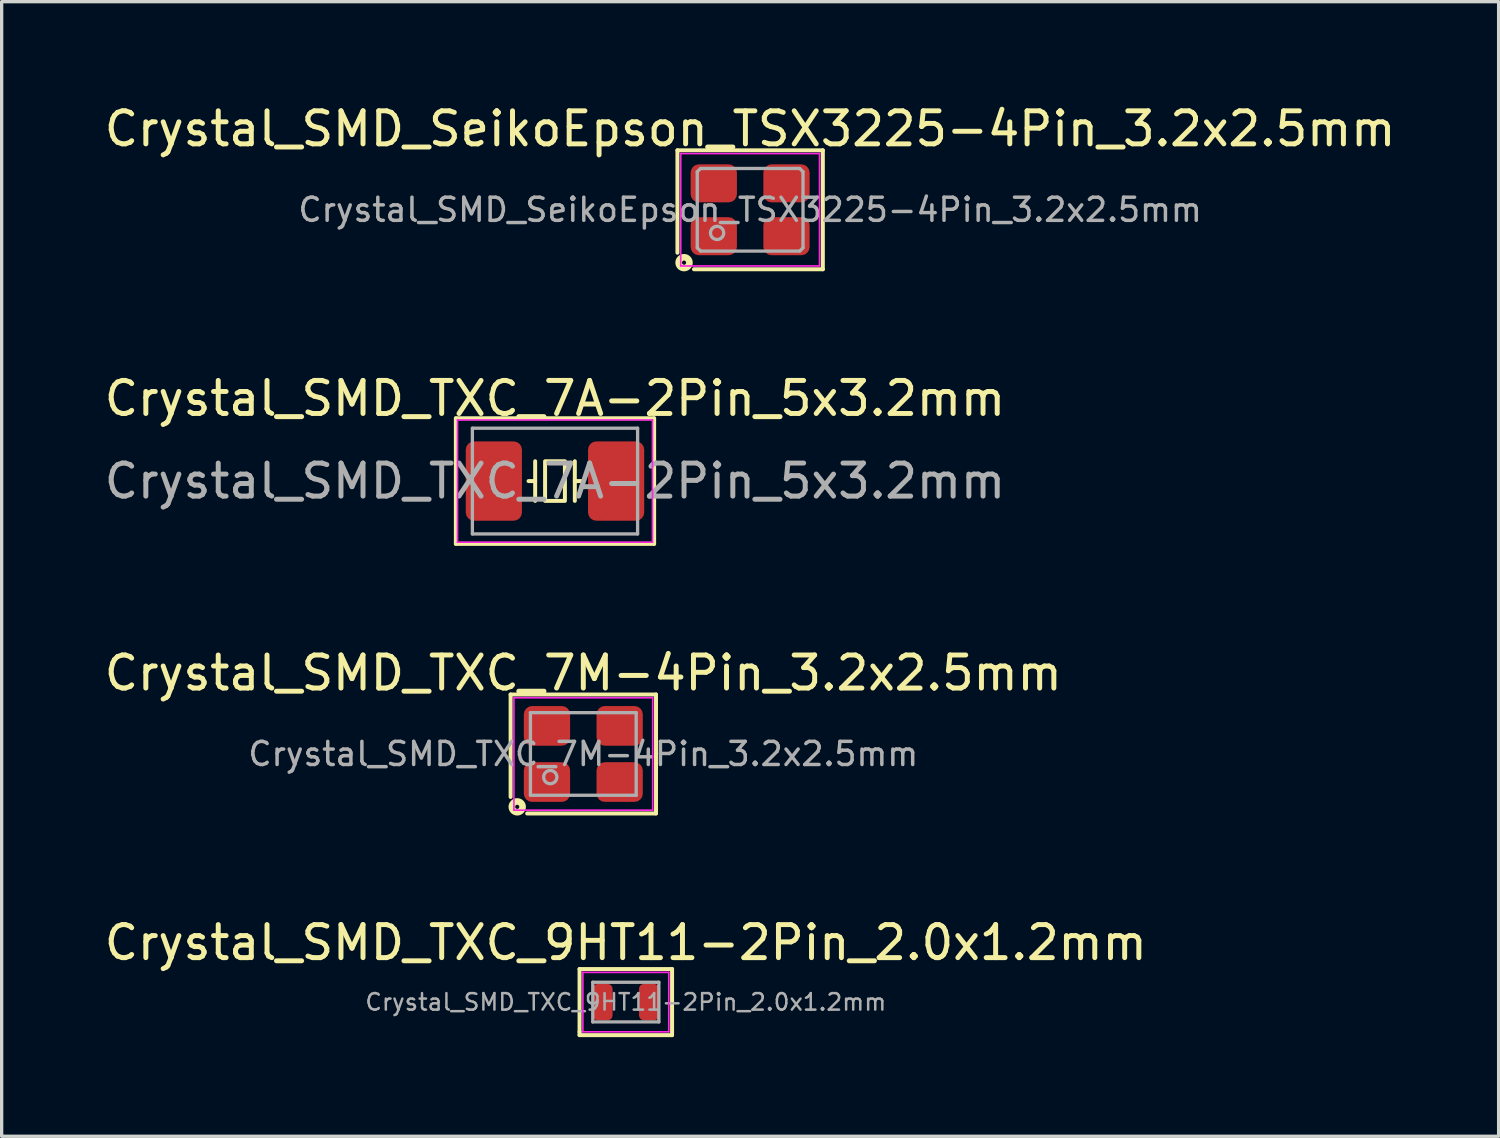
<source format=kicad_pcb>
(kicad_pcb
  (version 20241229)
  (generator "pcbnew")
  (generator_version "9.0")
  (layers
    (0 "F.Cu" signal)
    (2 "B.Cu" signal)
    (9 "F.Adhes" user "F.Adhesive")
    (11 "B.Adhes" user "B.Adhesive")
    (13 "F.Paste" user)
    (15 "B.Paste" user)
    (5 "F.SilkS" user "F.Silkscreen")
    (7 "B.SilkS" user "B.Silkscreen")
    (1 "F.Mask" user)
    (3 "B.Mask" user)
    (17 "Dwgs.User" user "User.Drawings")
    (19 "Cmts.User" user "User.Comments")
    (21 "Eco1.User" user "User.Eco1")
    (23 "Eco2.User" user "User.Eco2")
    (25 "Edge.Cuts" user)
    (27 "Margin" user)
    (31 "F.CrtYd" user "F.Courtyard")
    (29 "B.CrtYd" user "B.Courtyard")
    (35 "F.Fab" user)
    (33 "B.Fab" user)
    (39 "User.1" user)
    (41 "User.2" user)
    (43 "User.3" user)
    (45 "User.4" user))
  (footprint "Crystal_SMD_TXC_7M-4Pin_3.2x2.5mm"
    (layer "F.Cu")
    (at 14.601 19.765)
    (property "Reference" "Crystal_SMD_TXC_7M-4Pin_3.2x2.5mm" (at 0 -2.45 0) (layer "F.SilkS") (effects (font (size 1 1) (thickness 0.15))))
    (attr smd)
    (fp_line (start -2.2 -1.8) (end -2.2 1.3) (stroke (width 0.12) (type solid)) (layer "F.SilkS"))
    (fp_line (start -2.2 -1.8) (end 2.2 -1.8) (stroke (width 0.12) (type solid)) (layer "F.SilkS"))
    (fp_line (start 2.2 -1.8) (end 2.2 1.8) (stroke (width 0.12) (type solid)) (layer "F.SilkS"))
    (fp_line (start 2.2 1.8) (end -1.7 1.8) (stroke (width 0.12) (type solid)) (layer "F.SilkS"))
    (fp_circle (center -2 1.6) (end -1.937 1.6) (stroke (width 0.2) (type solid)) (fill no) (layer "F.SilkS"))
    (fp_line (start -2.1 -1.7) (end -2.1 1.7) (stroke (width 0.05) (type solid)) (layer "F.CrtYd"))
    (fp_line (start -2.1 1.7) (end 2.1 1.7) (stroke (width 0.05) (type solid)) (layer "F.CrtYd"))
    (fp_line (start 2.1 -1.7) (end -2.1 -1.7) (stroke (width 0.05) (type solid)) (layer "F.CrtYd"))
    (fp_line (start 2.1 1.7) (end 2.1 -1.7) (stroke (width 0.05) (type solid)) (layer "F.CrtYd"))
    (fp_line (start -1.6 -1.25) (end -1.6 1.25) (stroke (width 0.1) (type solid)) (layer "F.Fab"))
    (fp_line (start -1.6 1.25) (end 1.6 1.25) (stroke (width 0.1) (type solid)) (layer "F.Fab"))
    (fp_line (start 1.6 -1.25) (end -1.6 -1.25) (stroke (width 0.1) (type solid)) (layer "F.Fab"))
    (fp_line (start 1.6 1.25) (end 1.6 -1.25) (stroke (width 0.1) (type solid)) (layer "F.Fab"))
    (fp_circle (center -1 0.7) (end -0.8 0.7) (stroke (width 0.1) (type solid)) (fill no) (layer "F.Fab"))
    (fp_text user "${REFERENCE}" (at 0 0 0) (layer "F.Fab") (effects (font (size 0.7 0.7) (thickness 0.105))))
    (pad "1" smd roundrect (at -1.1 0.85) (size 1.4 1.2) (layers "F.Cu" "F.Mask" "F.Paste") (roundrect_rratio 0.208))
    (pad "2" smd roundrect (at 1.1 0.85) (size 1.4 1.2) (layers "F.Cu" "F.Mask" "F.Paste") (roundrect_rratio 0.208))
    (pad "3" smd roundrect (at 1.1 -0.85) (size 1.4 1.2) (layers "F.Cu" "F.Mask" "F.Paste") (roundrect_rratio 0.208))
    (pad "4" smd roundrect (at -1.1 -0.85) (size 1.4 1.2) (layers "F.Cu" "F.Mask" "F.Paste") (roundrect_rratio 0.208)))
  (footprint "Crystal_SMD_SeikoEpson_TSX3225-4Pin_3.2x2.5mm"
    (layer "F.Cu")
    (at 19.649 3.298)
    (property "Reference" "Crystal_SMD_SeikoEpson_TSX3225-4Pin_3.2x2.5mm" (at 0 -2.45 0) (layer "F.SilkS") (effects (font (size 1 1) (thickness 0.15))))
    (attr smd)
    (fp_line (start -2.2 -1.8) (end -2.2 1.3) (stroke (width 0.12) (type solid)) (layer "F.SilkS"))
    (fp_line (start -2.2 -1.8) (end 2.2 -1.8) (stroke (width 0.12) (type solid)) (layer "F.SilkS"))
    (fp_line (start 2.2 -1.8) (end 2.2 1.8) (stroke (width 0.12) (type solid)) (layer "F.SilkS"))
    (fp_line (start 2.2 1.8) (end -1.7 1.8) (stroke (width 0.12) (type solid)) (layer "F.SilkS"))
    (fp_circle (center -2 1.6) (end -1.937 1.6) (stroke (width 0.2) (type solid)) (fill no) (layer "F.SilkS"))
    (fp_line (start -2.1 -1.7) (end -2.1 1.7) (stroke (width 0.05) (type solid)) (layer "F.CrtYd"))
    (fp_line (start -2.1 1.7) (end 2.1 1.7) (stroke (width 0.05) (type solid)) (layer "F.CrtYd"))
    (fp_line (start 2.1 -1.7) (end -2.1 -1.7) (stroke (width 0.05) (type solid)) (layer "F.CrtYd"))
    (fp_line (start 2.1 1.7) (end 2.1 -1.7) (stroke (width 0.05) (type solid)) (layer "F.CrtYd"))
    (fp_line (start -1.6 -1.15) (end -1.5 -1.25) (stroke (width 0.1) (type solid)) (layer "F.Fab"))
    (fp_line (start -1.6 1.15) (end -1.6 -1.15) (stroke (width 0.1) (type solid)) (layer "F.Fab"))
    (fp_line (start -1.5 -1.25) (end 1.5 -1.25) (stroke (width 0.1) (type solid)) (layer "F.Fab"))
    (fp_line (start -1.5 1.25) (end -1.6 1.15) (stroke (width 0.1) (type solid)) (layer "F.Fab"))
    (fp_line (start 1.5 -1.25) (end 1.6 -1.15) (stroke (width 0.1) (type solid)) (layer "F.Fab"))
    (fp_line (start 1.5 1.25) (end -1.5 1.25) (stroke (width 0.1) (type solid)) (layer "F.Fab"))
    (fp_line (start 1.6 -1.15) (end 1.6 1.15) (stroke (width 0.1) (type solid)) (layer "F.Fab"))
    (fp_line (start 1.6 1.15) (end 1.5 1.25) (stroke (width 0.1) (type solid)) (layer "F.Fab"))
    (fp_circle (center -1 0.7) (end -0.8 0.7) (stroke (width 0.1) (type solid)) (fill no) (layer "F.Fab"))
    (fp_text user "${REFERENCE}" (at 0 0 0) (layer "F.Fab") (effects (font (size 0.7 0.7) (thickness 0.105))))
    (pad "1" smd roundrect (at -1.1 0.8) (size 1.4 1.15) (layers "F.Cu" "F.Mask" "F.Paste") (roundrect_rratio 0.217))
    (pad "2" smd roundrect (at 1.1 0.8) (size 1.4 1.15) (layers "F.Cu" "F.Mask" "F.Paste") (roundrect_rratio 0.217))
    (pad "3" smd roundrect (at 1.1 -0.8) (size 1.4 1.15) (layers "F.Cu" "F.Mask" "F.Paste") (roundrect_rratio 0.217))
    (pad "4" smd roundrect (at -1.1 -0.8) (size 1.4 1.15) (layers "F.Cu" "F.Mask" "F.Paste") (roundrect_rratio 0.217)))
  (footprint "Crystal_SMD_TXC_7A-2Pin_5x3.2mm"
    (layer "F.Cu")
    (at 13.744 11.507)
    (property "Reference" "Crystal_SMD_TXC_7A-2Pin_5x3.2mm" (at 0 -2.5 0) (layer "F.SilkS") (effects (font (size 1 1) (thickness 0.15))))
    (attr smd)
    (fp_line (start -3 -1.9) (end -3 1.9) (stroke (width 0.12) (type solid)) (layer "F.SilkS"))
    (fp_line (start -3 1.9) (end 3 1.9) (stroke (width 0.12) (type solid)) (layer "F.SilkS"))
    (fp_line (start -0.6 -0.6) (end -0.6 0.6) (stroke (width 0.12) (type solid)) (layer "F.SilkS"))
    (fp_line (start -0.6 0) (end -0.8 0) (stroke (width 0.12) (type solid)) (layer "F.SilkS"))
    (fp_line (start 0.6 -0.6) (end 0.6 0.6) (stroke (width 0.12) (type solid)) (layer "F.SilkS"))
    (fp_line (start 0.6 0) (end 0.8 0) (stroke (width 0.12) (type solid)) (layer "F.SilkS"))
    (fp_line (start 3 -1.9) (end -3 -1.9) (stroke (width 0.12) (type solid)) (layer "F.SilkS"))
    (fp_line (start 3 1.9) (end 3 -1.9) (stroke (width 0.12) (type solid)) (layer "F.SilkS"))
    (fp_rect (start -0.3 -0.6) (end 0.3 0.6) (stroke (width 0.12) (type solid)) (fill no) (layer "F.SilkS"))
    (fp_line (start -2.95 -1.85) (end -2.95 1.85) (stroke (width 0.05) (type solid)) (layer "F.CrtYd"))
    (fp_line (start -2.95 -1.85) (end 2.95 -1.85) (stroke (width 0.05) (type solid)) (layer "F.CrtYd"))
    (fp_line (start 2.95 -1.85) (end 2.95 1.85) (stroke (width 0.05) (type solid)) (layer "F.CrtYd"))
    (fp_line (start 2.95 1.85) (end -2.95 1.85) (stroke (width 0.05) (type solid)) (layer "F.CrtYd"))
    (fp_line (start -2.5 -1.6) (end -2.5 1.6) (stroke (width 0.1) (type solid)) (layer "F.Fab"))
    (fp_line (start -2.5 -1.6) (end 2.5 -1.6) (stroke (width 0.1) (type solid)) (layer "F.Fab"))
    (fp_line (start -2.5 1.6) (end 2.5 1.6) (stroke (width 0.1) (type solid)) (layer "F.Fab"))
    (fp_line (start 2.5 -1.6) (end 2.5 1.6) (stroke (width 0.1) (type solid)) (layer "F.Fab"))
    (fp_text user "${REFERENCE}" (at 0 0 0) (layer "F.Fab") (effects (font (size 1 1) (thickness 0.15))))
    (pad "1" smd roundrect (at -1.85 0) (size 1.7 2.4) (layers "F.Cu" "F.Mask" "F.Paste") (roundrect_rratio 0.147))
    (pad "2" smd roundrect (at 1.85 0) (size 1.7 2.4) (layers "F.Cu" "F.Mask" "F.Paste") (roundrect_rratio 0.147)))
  (footprint "Crystal_SMD_TXC_9HT11-2Pin_2.0x1.2mm"
    (layer "F.Cu")
    (at 15.887 27.273)
    (property "Reference" "Crystal_SMD_TXC_9HT11-2Pin_2.0x1.2mm" (at 0 -1.8 0) (layer "F.SilkS") (effects (font (size 1 1) (thickness 0.15))))
    (attr smd)
    (fp_line (start -1.4 -1) (end -1.4 0.9) (stroke (width 0.12) (type solid)) (layer "F.SilkS"))
    (fp_line (start -1.4 0.9) (end -1.4 1) (stroke (width 0.12) (type solid)) (layer "F.SilkS"))
    (fp_line (start -1.4 1) (end 1.4 1) (stroke (width 0.12) (type solid)) (layer "F.SilkS"))
    (fp_line (start 1.4 -1) (end -1.4 -1) (stroke (width 0.12) (type solid)) (layer "F.SilkS"))
    (fp_line (start 1.4 1) (end 1.4 -1) (stroke (width 0.12) (type solid)) (layer "F.SilkS"))
    (fp_line (start -1.3 -0.9) (end -1.3 0.9) (stroke (width 0.05) (type solid)) (layer "F.CrtYd"))
    (fp_line (start -1.3 0.9) (end 1.3 0.9) (stroke (width 0.05) (type solid)) (layer "F.CrtYd"))
    (fp_line (start 1.3 -0.9) (end -1.3 -0.9) (stroke (width 0.05) (type solid)) (layer "F.CrtYd"))
    (fp_line (start 1.3 0.9) (end 1.3 -0.9) (stroke (width 0.05) (type solid)) (layer "F.CrtYd"))
    (fp_line (start -1 -0.6) (end -1 0.6) (stroke (width 0.1) (type solid)) (layer "F.Fab"))
    (fp_line (start -1 0.6) (end 1 0.6) (stroke (width 0.1) (type solid)) (layer "F.Fab"))
    (fp_line (start 1 -0.6) (end -1 -0.6) (stroke (width 0.1) (type solid)) (layer "F.Fab"))
    (fp_line (start 1 0.6) (end 1 -0.6) (stroke (width 0.1) (type solid)) (layer "F.Fab"))
    (fp_text user "${REFERENCE}" (at 0 0 0) (layer "F.Fab") (effects (font (size 0.5 0.5) (thickness 0.075))))
    (pad "1" smd roundrect (at -0.7 0) (size 0.6 1.1) (layers "F.Cu" "F.Mask" "F.Paste") (roundrect_rratio 0.25))
    (pad "2" smd roundrect (at 0.7 0) (size 0.6 1.1) (layers "F.Cu" "F.Mask" "F.Paste") (roundrect_rratio 0.25)))
  (gr_rect
    (start -3 -3)
    (end 42.298 31.333)
    (stroke (width 0.1) (type default))
    (fill no)
    (layer "Edge.Cuts")))
</source>
